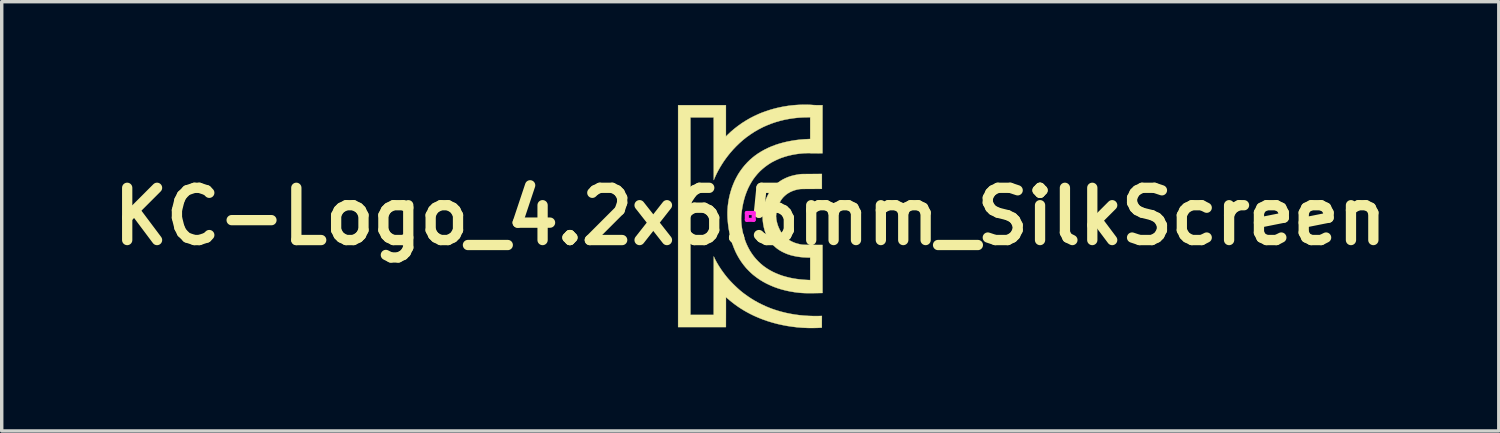
<source format=kicad_pcb>
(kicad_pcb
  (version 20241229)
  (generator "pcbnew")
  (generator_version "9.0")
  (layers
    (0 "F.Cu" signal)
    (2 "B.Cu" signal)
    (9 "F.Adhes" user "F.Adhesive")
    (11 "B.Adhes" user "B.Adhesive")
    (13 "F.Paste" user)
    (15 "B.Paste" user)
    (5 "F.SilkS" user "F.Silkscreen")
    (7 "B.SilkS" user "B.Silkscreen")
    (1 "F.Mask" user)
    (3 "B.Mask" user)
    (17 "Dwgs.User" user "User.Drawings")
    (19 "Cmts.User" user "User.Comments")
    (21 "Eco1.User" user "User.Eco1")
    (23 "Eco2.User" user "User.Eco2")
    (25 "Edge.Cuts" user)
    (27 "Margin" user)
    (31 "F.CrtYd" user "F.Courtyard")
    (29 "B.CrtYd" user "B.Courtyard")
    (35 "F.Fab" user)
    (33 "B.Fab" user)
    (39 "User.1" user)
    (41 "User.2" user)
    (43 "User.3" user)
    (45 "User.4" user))
  (footprint "KC-Logo_4.2x6.5mm_SilkScreen"
    (layer "F.Cu")
    (at 18.84 3.264)
    (property "Reference" "KC-Logo_4.2x6.5mm_SilkScreen" (at 0 0 0) (layer "F.SilkS") (effects (font (size 1.524 1.524) (thickness 0.3))))
    (attr exclude_from_pos_files exclude_from_bom)
    (fp_poly (pts (xy 1.706 -3.257) (xy 1.773 -3.254) (xy 1.826 -3.25) (xy 1.848 -3.248) (xy 1.876 -3.247) (xy 1.908 -3.246) (xy 1.947 -3.245) (xy 1.991 -3.245) (xy 1.992 -3.245) (xy 2.108 -3.245) (xy 2.107 -2.544) (xy 2.107 -1.843) (xy 1.931 -1.842) (xy 1.89 -1.842) (xy 1.855 -1.842) (xy 1.825 -1.842) (xy 1.801 -1.842) (xy 1.782 -1.843) (xy 1.768 -1.843) (xy 1.758 -1.844) (xy 1.752 -1.844) (xy 1.75 -1.845) (xy 1.746 -1.846) (xy 1.736 -1.847) (xy 1.721 -1.847) (xy 1.702 -1.847) (xy 1.68 -1.847) (xy 1.655 -1.846) (xy 1.628 -1.845) (xy 1.6 -1.844) (xy 1.572 -1.843) (xy 1.546 -1.841) (xy 1.437 -1.831) (xy 1.327 -1.816) (xy 1.219 -1.796) (xy 1.112 -1.772) (xy 1.008 -1.742) (xy 0.907 -1.708) (xy 0.857 -1.689) (xy 0.832 -1.678) (xy 0.803 -1.665) (xy 0.771 -1.651) (xy 0.738 -1.635) (xy 0.705 -1.619) (xy 0.674 -1.603) (xy 0.645 -1.588) (xy 0.62 -1.574) (xy 0.605 -1.566) (xy 0.517 -1.509) (xy 0.434 -1.449) (xy 0.355 -1.384) (xy 0.28 -1.315) (xy 0.211 -1.242) (xy 0.146 -1.164) (xy 0.085 -1.082) (xy 0.03 -0.996) (xy -0.021 -0.905) (xy -0.068 -0.811) (xy -0.109 -0.711) (xy -0.147 -0.608) (xy -0.179 -0.5) (xy -0.207 -0.388) (xy -0.23 -0.272) (xy -0.249 -0.151) (xy -0.262 -0.035) (xy -0.265 0.013) (xy -0.266 0.066) (xy -0.265 0.123) (xy -0.261 0.183) (xy -0.256 0.244) (xy -0.248 0.307) (xy -0.238 0.368) (xy -0.231 0.406) (xy -0.208 0.513) (xy -0.179 0.617) (xy -0.145 0.717) (xy -0.106 0.813) (xy -0.062 0.905) (xy -0.014 0.994) (xy 0.04 1.079) (xy 0.098 1.16) (xy 0.161 1.236) (xy 0.229 1.309) (xy 0.301 1.377) (xy 0.377 1.441) (xy 0.397 1.456) (xy 0.479 1.514) (xy 0.565 1.567) (xy 0.655 1.616) (xy 0.75 1.66) (xy 0.848 1.7) (xy 0.951 1.736) (xy 0.967 1.74) (xy 1.058 1.766) (xy 1.15 1.789) (xy 1.244 1.808) (xy 1.341 1.824) (xy 1.443 1.837) (xy 1.516 1.844) (xy 1.537 1.846) (xy 1.562 1.848) (xy 1.59 1.85) (xy 1.618 1.852) (xy 1.647 1.853) (xy 1.674 1.855) (xy 1.699 1.856) (xy 1.72 1.857) (xy 1.736 1.857) (xy 1.741 1.857) (xy 1.749 1.857) (xy 1.749 1.201) (xy 1.664 1.199) (xy 1.56 1.194) (xy 1.459 1.185) (xy 1.363 1.171) (xy 1.27 1.153) (xy 1.181 1.131) (xy 1.097 1.104) (xy 1.053 1.087) (xy 0.979 1.055) (xy 0.91 1.02) (xy 0.846 0.982) (xy 0.786 0.941) (xy 0.73 0.895) (xy 0.677 0.845) (xy 0.676 0.845) (xy 0.637 0.803) (xy 0.602 0.763) (xy 0.571 0.722) (xy 0.542 0.679) (xy 0.514 0.632) (xy 0.51 0.624) (xy 0.479 0.564) (xy 0.453 0.504) (xy 0.43 0.441) (xy 0.41 0.374) (xy 0.393 0.303) (xy 0.392 0.3) (xy 0.376 0.21) (xy 0.365 0.122) (xy 0.36 0.034) (xy 0.361 -0.052) (xy 0.369 -0.139) (xy 0.382 -0.227) (xy 0.401 -0.316) (xy 0.402 -0.322) (xy 0.427 -0.412) (xy 0.457 -0.497) (xy 0.492 -0.578) (xy 0.53 -0.654) (xy 0.574 -0.726) (xy 0.622 -0.794) (xy 0.674 -0.857) (xy 0.731 -0.916) (xy 0.792 -0.971) (xy 0.858 -1.02) (xy 0.902 -1.049) (xy 0.923 -1.062) (xy 0.948 -1.076) (xy 0.977 -1.091) (xy 1.007 -1.106) (xy 1.037 -1.12) (xy 1.067 -1.133) (xy 1.093 -1.144) (xy 1.102 -1.147) (xy 1.159 -1.168) (xy 1.219 -1.185) (xy 1.282 -1.201) (xy 1.348 -1.214) (xy 1.419 -1.226) (xy 1.454 -1.231) (xy 1.462 -1.232) (xy 1.471 -1.233) (xy 1.48 -1.233) (xy 1.491 -1.234) (xy 1.504 -1.235) (xy 1.519 -1.235) (xy 1.536 -1.236) (xy 1.557 -1.236) (xy 1.581 -1.236) (xy 1.61 -1.236) (xy 1.643 -1.237) (xy 1.68 -1.237) (xy 1.723 -1.237) (xy 1.772 -1.237) (xy 1.793 -1.237) (xy 2.089 -1.239) (xy 2.089 -0.804) (xy 1.78 -0.802) (xy 1.728 -0.802) (xy 1.682 -0.802) (xy 1.642 -0.802) (xy 1.606 -0.802) (xy 1.575 -0.801) (xy 1.549 -0.801) (xy 1.526 -0.801) (xy 1.507 -0.8) (xy 1.491 -0.8) (xy 1.477 -0.799) (xy 1.466 -0.799) (xy 1.456 -0.798) (xy 1.448 -0.797) (xy 1.441 -0.797) (xy 1.435 -0.796) (xy 1.362 -0.782) (xy 1.292 -0.763) (xy 1.226 -0.739) (xy 1.164 -0.711) (xy 1.106 -0.678) (xy 1.051 -0.64) (xy 1.001 -0.597) (xy 0.955 -0.551) (xy 0.914 -0.499) (xy 0.898 -0.476) (xy 0.885 -0.455) (xy 0.87 -0.429) (xy 0.855 -0.402) (xy 0.841 -0.373) (xy 0.828 -0.346) (xy 0.819 -0.324) (xy 0.807 -0.29) (xy 0.795 -0.252) (xy 0.784 -0.212) (xy 0.775 -0.171) (xy 0.767 -0.13) (xy 0.76 -0.09) (xy 0.756 -0.052) (xy 0.753 -0.018) (xy 0.753 0.012) (xy 0.754 0.014) (xy 0.759 0.077) (xy 0.771 0.141) (xy 0.787 0.205) (xy 0.807 0.269) (xy 0.832 0.331) (xy 0.86 0.391) (xy 0.891 0.446) (xy 0.904 0.464) (xy 0.934 0.506) (xy 0.964 0.544) (xy 0.997 0.579) (xy 1.01 0.592) (xy 1.061 0.637) (xy 1.114 0.678) (xy 1.172 0.713) (xy 1.233 0.744) (xy 1.298 0.771) (xy 1.368 0.793) (xy 1.432 0.809) (xy 1.448 0.813) (xy 1.461 0.816) (xy 1.474 0.818) (xy 1.487 0.821) (xy 1.499 0.823) (xy 1.512 0.824) (xy 1.525 0.826) (xy 1.541 0.827) (xy 1.558 0.828) (xy 1.577 0.829) (xy 1.6 0.829) (xy 1.626 0.83) (xy 1.655 0.83) (xy 1.689 0.831) (xy 1.728 0.831) (xy 1.772 0.831) (xy 1.822 0.832) (xy 1.827 0.832) (xy 2.107 0.833) (xy 2.108 2.234) (xy 1.945 2.237) (xy 1.879 2.238) (xy 1.818 2.239) (xy 1.763 2.239) (xy 1.712 2.239) (xy 1.665 2.239) (xy 1.621 2.238) (xy 1.58 2.237) (xy 1.541 2.235) (xy 1.504 2.233) (xy 1.468 2.23) (xy 1.432 2.227) (xy 1.396 2.223) (xy 1.359 2.219) (xy 1.321 2.214) (xy 1.292 2.21) (xy 1.165 2.189) (xy 1.041 2.163) (xy 0.92 2.132) (xy 0.803 2.096) (xy 0.689 2.055) (xy 0.58 2.009) (xy 0.474 1.959) (xy 0.372 1.904) (xy 0.274 1.844) (xy 0.181 1.779) (xy 0.092 1.71) (xy 0.061 1.684) (xy 0.04 1.665) (xy 0.015 1.642) (xy -0.012 1.616) (xy -0.04 1.589) (xy -0.066 1.562) (xy -0.092 1.536) (xy -0.114 1.512) (xy -0.129 1.495) (xy -0.199 1.409) (xy -0.264 1.32) (xy -0.324 1.227) (xy -0.379 1.131) (xy -0.43 1.03) (xy -0.475 0.925) (xy -0.516 0.816) (xy -0.552 0.704) (xy -0.584 0.587) (xy -0.61 0.466) (xy -0.632 0.341) (xy -0.649 0.211) (xy -0.655 0.144) (xy -0.663 0.05) (xy -0.666 -0.04) (xy -0.666 -0.127) (xy -0.662 -0.214) (xy -0.655 -0.3) (xy -0.647 -0.365) (xy -0.629 -0.484) (xy -0.605 -0.6) (xy -0.575 -0.713) (xy -0.541 -0.823) (xy -0.501 -0.929) (xy -0.457 -1.033) (xy -0.407 -1.132) (xy -0.353 -1.229) (xy -0.293 -1.321) (xy -0.229 -1.409) (xy -0.16 -1.494) (xy -0.087 -1.574) (xy -0.009 -1.65) (xy 0.074 -1.722) (xy 0.136 -1.771) (xy 0.226 -1.835) (xy 0.321 -1.894) (xy 0.419 -1.949) (xy 0.523 -2) (xy 0.63 -2.046) (xy 0.741 -2.088) (xy 0.857 -2.125) (xy 0.975 -2.157) (xy 1.087 -2.183) (xy 1.202 -2.205) (xy 1.32 -2.224) (xy 1.439 -2.239) (xy 1.557 -2.249) (xy 1.648 -2.254) (xy 1.671 -2.255) (xy 1.692 -2.256) (xy 1.71 -2.257) (xy 1.725 -2.258) (xy 1.735 -2.259) (xy 1.739 -2.259) (xy 1.749 -2.261) (xy 1.749 -2.892) (xy 1.684 -2.892) (xy 1.544 -2.889) (xy 1.406 -2.881) (xy 1.27 -2.866) (xy 1.136 -2.846) (xy 1.003 -2.821) (xy 0.874 -2.79) (xy 0.746 -2.753) (xy 0.622 -2.711) (xy 0.5 -2.663) (xy 0.382 -2.611) (xy 0.348 -2.594) (xy 0.229 -2.532) (xy 0.114 -2.465) (xy 0.003 -2.392) (xy -0.105 -2.315) (xy -0.209 -2.232) (xy -0.31 -2.143) (xy -0.408 -2.049) (xy -0.502 -1.95) (xy -0.592 -1.846) (xy -0.65 -1.774) (xy -0.712 -1.692) (xy -0.773 -1.606) (xy -0.83 -1.518) (xy -0.884 -1.429) (xy -0.935 -1.339) (xy -0.981 -1.25) (xy -1.022 -1.162) (xy -1.046 -1.106) (xy -1.065 -1.06) (xy -1.067 -2.889) (xy -1.407 -2.889) (xy -1.746 -2.889) (xy -1.746 2.873) (xy -1.067 2.873) (xy -1.066 2.02) (xy -1.065 1.167) (xy -1.049 1.203) (xy -1.03 1.245) (xy -1.006 1.291) (xy -0.98 1.34) (xy -0.95 1.39) (xy -0.919 1.443) (xy -0.885 1.495) (xy -0.851 1.547) (xy -0.815 1.598) (xy -0.78 1.646) (xy -0.745 1.693) (xy -0.712 1.735) (xy -0.68 1.775) (xy -0.649 1.812) (xy -0.616 1.849) (xy -0.582 1.886) (xy -0.545 1.925) (xy -0.505 1.966) (xy -0.496 1.975) (xy -0.454 2.016) (xy -0.415 2.053) (xy -0.379 2.087) (xy -0.344 2.119) (xy -0.31 2.149) (xy -0.276 2.178) (xy -0.24 2.207) (xy -0.202 2.237) (xy -0.17 2.261) (xy -0.071 2.332) (xy 0.028 2.398) (xy 0.13 2.46) (xy 0.234 2.518) (xy 0.342 2.572) (xy 0.454 2.624) (xy 0.519 2.651) (xy 0.583 2.677) (xy 0.648 2.701) (xy 0.713 2.723) (xy 0.782 2.745) (xy 0.854 2.767) (xy 0.913 2.783) (xy 1.037 2.814) (xy 1.165 2.84) (xy 1.296 2.863) (xy 1.431 2.881) (xy 1.567 2.894) (xy 1.705 2.903) (xy 1.843 2.907) (xy 1.98 2.907) (xy 2.089 2.904) (xy 2.088 3.074) (xy 2.088 3.243) (xy 2.067 3.245) (xy 2.039 3.248) (xy 2.006 3.25) (xy 1.969 3.252) (xy 1.928 3.253) (xy 1.885 3.254) (xy 1.841 3.255) (xy 1.796 3.255) (xy 1.753 3.255) (xy 1.711 3.255) (xy 1.675 3.254) (xy 1.524 3.247) (xy 1.374 3.235) (xy 1.225 3.217) (xy 1.077 3.195) (xy 0.931 3.167) (xy 0.787 3.135) (xy 0.645 3.097) (xy 0.507 3.055) (xy 0.373 3.008) (xy 0.295 2.978) (xy 0.194 2.936) (xy 0.097 2.893) (xy 0.004 2.847) (xy -0.087 2.799) (xy -0.179 2.747) (xy -0.208 2.729) (xy -0.286 2.681) (xy -0.365 2.628) (xy -0.445 2.571) (xy -0.522 2.512) (xy -0.597 2.452) (xy -0.668 2.391) (xy -0.678 2.382) (xy -0.71 2.353) (xy -0.71 2.791) (xy -0.711 3.229) (xy -2.105 3.229) (xy -2.105 -3.245) (xy -0.711 -3.245) (xy -0.711 -2.332) (xy -0.661 -2.382) (xy -0.563 -2.474) (xy -0.46 -2.561) (xy -0.353 -2.644) (xy -0.243 -2.722) (xy -0.128 -2.795) (xy -0.009 -2.864) (xy 0.113 -2.927) (xy 0.193 -2.964) (xy 0.233 -2.982) (xy 0.271 -2.999) (xy 0.307 -3.014) (xy 0.344 -3.028) (xy 0.381 -3.042) (xy 0.42 -3.056) (xy 0.464 -3.071) (xy 0.508 -3.086) (xy 0.597 -3.115) (xy 0.686 -3.14) (xy 0.775 -3.163) (xy 0.866 -3.183) (xy 0.96 -3.202) (xy 1.059 -3.218) (xy 1.108 -3.226) (xy 1.18 -3.235) (xy 1.254 -3.243) (xy 1.33 -3.249) (xy 1.408 -3.254) (xy 1.485 -3.257) (xy 1.561 -3.259) (xy 1.635 -3.259) (xy 1.706 -3.257)) (stroke (width 0.01) (type solid)) (fill yes) (layer "F.SilkS"))
    (fp_line (start -0.1 -0.1) (end 0.1 -0.1) (stroke (width 0.12) (type solid)) (layer "F.CrtYd"))
    (fp_line (start -0.1 0.1) (end -0.1 -0.1) (stroke (width 0.12) (type solid)) (layer "F.CrtYd"))
    (fp_line (start 0.1 -0.1) (end 0.1 0.1) (stroke (width 0.12) (type solid)) (layer "F.CrtYd"))
    (fp_line (start 0.1 0.1) (end -0.1 0.1) (stroke (width 0.12) (type solid)) (layer "F.CrtYd")))
  (gr_rect
    (start -3 -3)
    (end 40.679 9.524)
    (stroke (width 0.1) (type default))
    (fill no)
    (layer "Edge.Cuts")))
</source>
